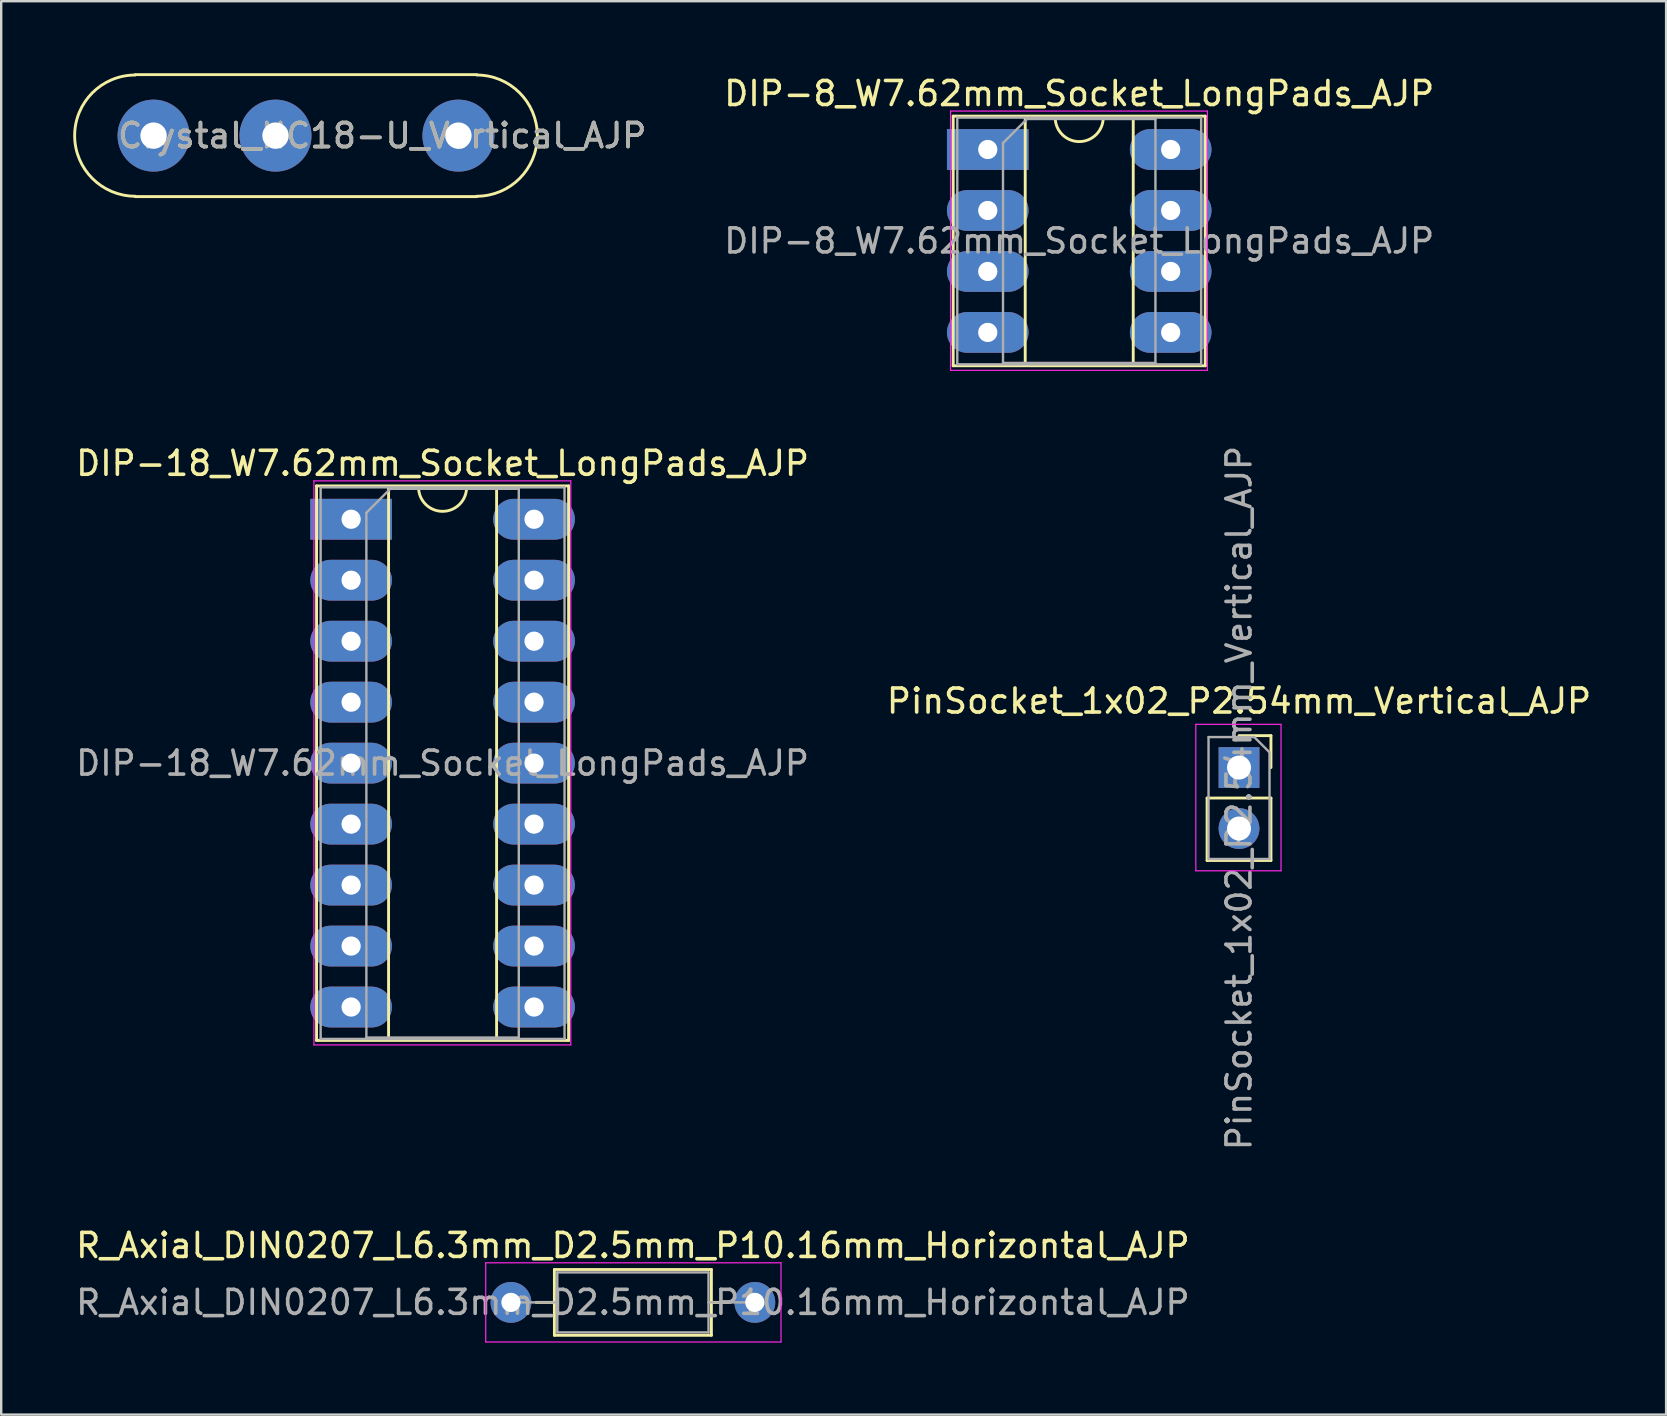
<source format=kicad_pcb>
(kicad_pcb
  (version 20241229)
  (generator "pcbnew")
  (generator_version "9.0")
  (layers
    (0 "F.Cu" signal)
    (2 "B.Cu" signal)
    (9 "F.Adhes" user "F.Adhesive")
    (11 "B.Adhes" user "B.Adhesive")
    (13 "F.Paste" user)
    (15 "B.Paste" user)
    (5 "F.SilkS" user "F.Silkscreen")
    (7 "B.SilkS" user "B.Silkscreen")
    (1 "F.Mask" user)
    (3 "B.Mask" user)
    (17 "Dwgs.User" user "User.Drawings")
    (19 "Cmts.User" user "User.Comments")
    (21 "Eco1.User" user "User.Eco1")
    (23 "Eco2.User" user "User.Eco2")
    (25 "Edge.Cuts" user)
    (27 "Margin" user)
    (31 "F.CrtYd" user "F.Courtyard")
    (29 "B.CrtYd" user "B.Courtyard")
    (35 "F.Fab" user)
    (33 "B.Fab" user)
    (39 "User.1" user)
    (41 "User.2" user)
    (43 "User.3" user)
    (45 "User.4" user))
  (footprint "Crystal_HC18-U_Vertical_AJP"
    (layer "F.Cu")
    (at 3.347 2.6)
    (property "Reference" "Crystal_HC18-U_Vertical_AJP" (at 9.525 0 0) (layer "F.SilkS") (effects (font (size 1 1) (thickness 0.15))))
    (attr through_hole)
    (fp_line (start -0.762 -2.54) (end 13.462 -2.54) (stroke (width 0.12) (type solid)) (layer "F.SilkS"))
    (fp_line (start -0.762 2.54) (end 13.462 2.54) (stroke (width 0.12) (type solid)) (layer "F.SilkS"))
    (fp_arc (start -0.762 2.525) (mid -3.287 0) (end -0.762 -2.525) (stroke (width 0.12) (type solid)) (layer "F.SilkS"))
    (fp_arc (start 13.462 -2.525) (mid 15.987 0) (end 13.462 2.525) (stroke (width 0.12) (type solid)) (layer "F.SilkS"))
    (fp_text user "${REFERENCE}" (at 9.525 0 0) (layer "F.Fab") (effects (font (size 1 1) (thickness 0.15))))
    (pad "1" thru_hole circle (at 0 0) (size 3 3) (drill 1.1) (layers "*.Cu" "*.Mask"))
    (pad "2" thru_hole circle (at 5.08 0) (size 3 3) (drill 1.1) (layers "*.Cu" "*.Mask"))
    (pad "2" thru_hole circle (at 12.7 0) (size 3 3) (drill 1.1) (layers "*.Cu" "*.Mask")))
  (footprint "DIP-8_W7.62mm_Socket_LongPads_AJP"
    (layer "F.Cu")
    (at 38.098 3.178)
    (property "Reference" "DIP-8_W7.62mm_Socket_LongPads_AJP" (at 3.81 -2.33 0) (layer "F.SilkS") (effects (font (size 1 1) (thickness 0.15))))
    (attr through_hole)
    (fp_line (start -1.44 -1.39) (end -1.44 9.01) (stroke (width 0.12) (type solid)) (layer "F.SilkS"))
    (fp_line (start -1.44 9.01) (end 9.06 9.01) (stroke (width 0.12) (type solid)) (layer "F.SilkS"))
    (fp_line (start 1.56 -1.33) (end 1.56 8.95) (stroke (width 0.12) (type solid)) (layer "F.SilkS"))
    (fp_line (start 1.56 8.95) (end 6.06 8.95) (stroke (width 0.12) (type solid)) (layer "F.SilkS"))
    (fp_line (start 2.81 -1.33) (end 1.56 -1.33) (stroke (width 0.12) (type solid)) (layer "F.SilkS"))
    (fp_line (start 6.06 -1.33) (end 4.81 -1.33) (stroke (width 0.12) (type solid)) (layer "F.SilkS"))
    (fp_line (start 6.06 8.95) (end 6.06 -1.33) (stroke (width 0.12) (type solid)) (layer "F.SilkS"))
    (fp_line (start 9.06 -1.39) (end -1.44 -1.39) (stroke (width 0.12) (type solid)) (layer "F.SilkS"))
    (fp_line (start 9.06 9.01) (end 9.06 -1.39) (stroke (width 0.12) (type solid)) (layer "F.SilkS"))
    (fp_arc (start 4.81 -1.33) (mid 3.81 -0.33) (end 2.81 -1.33) (stroke (width 0.12) (type solid)) (layer "F.SilkS"))
    (fp_line (start -1.55 -1.6) (end -1.55 9.2) (stroke (width 0.05) (type solid)) (layer "F.CrtYd"))
    (fp_line (start -1.55 9.2) (end 9.15 9.2) (stroke (width 0.05) (type solid)) (layer "F.CrtYd"))
    (fp_line (start 9.15 -1.6) (end -1.55 -1.6) (stroke (width 0.05) (type solid)) (layer "F.CrtYd"))
    (fp_line (start 9.15 9.2) (end 9.15 -1.6) (stroke (width 0.05) (type solid)) (layer "F.CrtYd"))
    (fp_line (start -1.27 -1.33) (end -1.27 8.95) (stroke (width 0.1) (type solid)) (layer "F.Fab"))
    (fp_line (start -1.27 8.95) (end 8.89 8.95) (stroke (width 0.1) (type solid)) (layer "F.Fab"))
    (fp_line (start 0.635 -0.27) (end 1.635 -1.27) (stroke (width 0.1) (type solid)) (layer "F.Fab"))
    (fp_line (start 0.635 8.89) (end 0.635 -0.27) (stroke (width 0.1) (type solid)) (layer "F.Fab"))
    (fp_line (start 1.635 -1.27) (end 6.985 -1.27) (stroke (width 0.1) (type solid)) (layer "F.Fab"))
    (fp_line (start 6.985 -1.27) (end 6.985 8.89) (stroke (width 0.1) (type solid)) (layer "F.Fab"))
    (fp_line (start 6.985 8.89) (end 0.635 8.89) (stroke (width 0.1) (type solid)) (layer "F.Fab"))
    (fp_line (start 8.89 -1.33) (end -1.27 -1.33) (stroke (width 0.1) (type solid)) (layer "F.Fab"))
    (fp_line (start 8.89 8.95) (end 8.89 -1.33) (stroke (width 0.1) (type solid)) (layer "F.Fab"))
    (fp_text user "${REFERENCE}" (at 3.81 3.81 0) (layer "F.Fab") (effects (font (size 1 1) (thickness 0.15))))
    (pad "1" thru_hole rect (at 0 0) (size 3.4 1.7) (drill 0.8) (layers "*.Cu" "*.Mask"))
    (pad "2" thru_hole oval (at 0 2.54) (size 3.4 1.7) (drill 0.8) (layers "*.Cu" "*.Mask"))
    (pad "3" thru_hole oval (at 0 5.08) (size 3.4 1.7) (drill 0.8) (layers "*.Cu" "*.Mask"))
    (pad "4" thru_hole oval (at 0 7.62) (size 3.4 1.7) (drill 0.8) (layers "*.Cu" "*.Mask"))
    (pad "5" thru_hole oval (at 7.62 7.62) (size 3.4 1.7) (drill 0.8) (layers "*.Cu" "*.Mask"))
    (pad "6" thru_hole oval (at 7.62 5.08) (size 3.4 1.7) (drill 0.8) (layers "*.Cu" "*.Mask"))
    (pad "7" thru_hole oval (at 7.62 2.54) (size 3.4 1.7) (drill 0.8) (layers "*.Cu" "*.Mask"))
    (pad "8" thru_hole oval (at 7.62 0) (size 3.4 1.7) (drill 0.8) (layers "*.Cu" "*.Mask")))
  (footprint "DIP-18_W7.62mm_Socket_LongPads_AJP"
    (layer "F.Cu")
    (at 11.577 18.581)
    (property "Reference" "DIP-18_W7.62mm_Socket_LongPads_AJP" (at 3.81 -2.33 0) (layer "F.SilkS") (effects (font (size 1 1) (thickness 0.15))))
    (attr through_hole)
    (fp_line (start -1.44 -1.39) (end -1.44 21.71) (stroke (width 0.12) (type solid)) (layer "F.SilkS"))
    (fp_line (start -1.44 21.71) (end 9.06 21.71) (stroke (width 0.12) (type solid)) (layer "F.SilkS"))
    (fp_line (start 1.56 -1.33) (end 1.56 21.65) (stroke (width 0.12) (type solid)) (layer "F.SilkS"))
    (fp_line (start 1.56 21.65) (end 6.06 21.65) (stroke (width 0.12) (type solid)) (layer "F.SilkS"))
    (fp_line (start 2.81 -1.33) (end 1.56 -1.33) (stroke (width 0.12) (type solid)) (layer "F.SilkS"))
    (fp_line (start 6.06 -1.33) (end 4.81 -1.33) (stroke (width 0.12) (type solid)) (layer "F.SilkS"))
    (fp_line (start 6.06 21.65) (end 6.06 -1.33) (stroke (width 0.12) (type solid)) (layer "F.SilkS"))
    (fp_line (start 9.06 -1.39) (end -1.44 -1.39) (stroke (width 0.12) (type solid)) (layer "F.SilkS"))
    (fp_line (start 9.06 21.71) (end 9.06 -1.39) (stroke (width 0.12) (type solid)) (layer "F.SilkS"))
    (fp_arc (start 4.81 -1.33) (mid 3.81 -0.33) (end 2.81 -1.33) (stroke (width 0.12) (type solid)) (layer "F.SilkS"))
    (fp_line (start -1.55 -1.6) (end -1.55 21.9) (stroke (width 0.05) (type solid)) (layer "F.CrtYd"))
    (fp_line (start -1.55 21.9) (end 9.15 21.9) (stroke (width 0.05) (type solid)) (layer "F.CrtYd"))
    (fp_line (start 9.15 -1.6) (end -1.55 -1.6) (stroke (width 0.05) (type solid)) (layer "F.CrtYd"))
    (fp_line (start 9.15 21.9) (end 9.15 -1.6) (stroke (width 0.05) (type solid)) (layer "F.CrtYd"))
    (fp_line (start -1.27 -1.33) (end -1.27 21.65) (stroke (width 0.1) (type solid)) (layer "F.Fab"))
    (fp_line (start -1.27 21.65) (end 8.89 21.65) (stroke (width 0.1) (type solid)) (layer "F.Fab"))
    (fp_line (start 0.635 -0.27) (end 1.635 -1.27) (stroke (width 0.1) (type solid)) (layer "F.Fab"))
    (fp_line (start 0.635 21.59) (end 0.635 -0.27) (stroke (width 0.1) (type solid)) (layer "F.Fab"))
    (fp_line (start 1.635 -1.27) (end 6.985 -1.27) (stroke (width 0.1) (type solid)) (layer "F.Fab"))
    (fp_line (start 6.985 -1.27) (end 6.985 21.59) (stroke (width 0.1) (type solid)) (layer "F.Fab"))
    (fp_line (start 6.985 21.59) (end 0.635 21.59) (stroke (width 0.1) (type solid)) (layer "F.Fab"))
    (fp_line (start 8.89 -1.33) (end -1.27 -1.33) (stroke (width 0.1) (type solid)) (layer "F.Fab"))
    (fp_line (start 8.89 21.65) (end 8.89 -1.33) (stroke (width 0.1) (type solid)) (layer "F.Fab"))
    (fp_text user "${REFERENCE}" (at 3.81 10.16 0) (layer "F.Fab") (effects (font (size 1 1) (thickness 0.15))))
    (pad "1" thru_hole rect (at 0 0) (size 3.4 1.7) (drill 0.8) (layers "*.Cu" "*.Mask"))
    (pad "2" thru_hole oval (at 0 2.54) (size 3.4 1.7) (drill 0.8) (layers "*.Cu" "*.Mask"))
    (pad "3" thru_hole oval (at 0 5.08) (size 3.4 1.7) (drill 0.8) (layers "*.Cu" "*.Mask"))
    (pad "4" thru_hole oval (at 0 7.62) (size 3.4 1.7) (drill 0.8) (layers "*.Cu" "*.Mask"))
    (pad "5" thru_hole oval (at 0 10.16) (size 3.4 1.7) (drill 0.8) (layers "*.Cu" "*.Mask"))
    (pad "6" thru_hole oval (at 0 12.7) (size 3.4 1.7) (drill 0.8) (layers "*.Cu" "*.Mask"))
    (pad "7" thru_hole oval (at 0 15.24) (size 3.4 1.7) (drill 0.8) (layers "*.Cu" "*.Mask"))
    (pad "8" thru_hole oval (at 0 17.78) (size 3.4 1.7) (drill 0.8) (layers "*.Cu" "*.Mask"))
    (pad "9" thru_hole oval (at 0 20.32) (size 3.4 1.7) (drill 0.8) (layers "*.Cu" "*.Mask"))
    (pad "10" thru_hole oval (at 7.62 20.32) (size 3.4 1.7) (drill 0.8) (layers "*.Cu" "*.Mask"))
    (pad "11" thru_hole oval (at 7.62 17.78) (size 3.4 1.7) (drill 0.8) (layers "*.Cu" "*.Mask"))
    (pad "12" thru_hole oval (at 7.62 15.24) (size 3.4 1.7) (drill 0.8) (layers "*.Cu" "*.Mask"))
    (pad "13" thru_hole oval (at 7.62 12.7) (size 3.4 1.7) (drill 0.8) (layers "*.Cu" "*.Mask"))
    (pad "14" thru_hole oval (at 7.62 10.16) (size 3.4 1.7) (drill 0.8) (layers "*.Cu" "*.Mask"))
    (pad "15" thru_hole oval (at 7.62 7.62) (size 3.4 1.7) (drill 0.8) (layers "*.Cu" "*.Mask"))
    (pad "16" thru_hole oval (at 7.62 5.08) (size 3.4 1.7) (drill 0.8) (layers "*.Cu" "*.Mask"))
    (pad "17" thru_hole oval (at 7.62 2.54) (size 3.4 1.7) (drill 0.8) (layers "*.Cu" "*.Mask"))
    (pad "18" thru_hole oval (at 7.62 0) (size 3.4 1.7) (drill 0.8) (layers "*.Cu" "*.Mask")))
  (footprint "PinSocket_1x02_P2.54mm_Vertical_AJP"
    (layer "F.Cu")
    (at 48.565 28.925)
    (property "Reference" "PinSocket_1x02_P2.54mm_Vertical_AJP" (at 0 -2.77 0) (layer "F.SilkS") (effects (font (size 1 1) (thickness 0.15))))
    (attr through_hole)
    (fp_line (start -1.33 1.27) (end -1.33 3.87) (stroke (width 0.12) (type solid)) (layer "F.SilkS"))
    (fp_line (start -1.33 1.27) (end 1.33 1.27) (stroke (width 0.12) (type solid)) (layer "F.SilkS"))
    (fp_line (start -1.33 3.87) (end 1.33 3.87) (stroke (width 0.12) (type solid)) (layer "F.SilkS"))
    (fp_line (start 0 -1.33) (end 1.33 -1.33) (stroke (width 0.12) (type solid)) (layer "F.SilkS"))
    (fp_line (start 1.33 -1.33) (end 1.33 0) (stroke (width 0.12) (type solid)) (layer "F.SilkS"))
    (fp_line (start 1.33 1.27) (end 1.33 3.87) (stroke (width 0.12) (type solid)) (layer "F.SilkS"))
    (fp_line (start -1.8 -1.8) (end 1.75 -1.8) (stroke (width 0.05) (type solid)) (layer "F.CrtYd"))
    (fp_line (start -1.8 4.3) (end -1.8 -1.8) (stroke (width 0.05) (type solid)) (layer "F.CrtYd"))
    (fp_line (start 1.75 -1.8) (end 1.75 4.3) (stroke (width 0.05) (type solid)) (layer "F.CrtYd"))
    (fp_line (start 1.75 4.3) (end -1.8 4.3) (stroke (width 0.05) (type solid)) (layer "F.CrtYd"))
    (fp_line (start -1.27 -1.27) (end 0.635 -1.27) (stroke (width 0.1) (type solid)) (layer "F.Fab"))
    (fp_line (start -1.27 3.81) (end -1.27 -1.27) (stroke (width 0.1) (type solid)) (layer "F.Fab"))
    (fp_line (start 0.635 -1.27) (end 1.27 -0.635) (stroke (width 0.1) (type solid)) (layer "F.Fab"))
    (fp_line (start 1.27 -0.635) (end 1.27 3.81) (stroke (width 0.1) (type solid)) (layer "F.Fab"))
    (fp_line (start 1.27 3.81) (end -1.27 3.81) (stroke (width 0.1) (type solid)) (layer "F.Fab"))
    (fp_text user "${REFERENCE}" (at 0 1.27 90) (layer "F.Fab") (effects (font (size 1 1) (thickness 0.15))))
    (pad "1" thru_hole rect (at 0 0) (size 1.7 1.7) (drill 1) (layers "*.Cu" "*.Mask"))
    (pad "2" thru_hole oval (at 0 2.54) (size 1.7 1.7) (drill 1) (layers "*.Cu" "*.Mask")))
  (footprint "R_Axial_DIN0207_L6.3mm_D2.5mm_P10.16mm_Horizontal_AJP"
    (layer "F.Cu")
    (at 18.235 51.205)
    (property "Reference" "R_Axial_DIN0207_L6.3mm_D2.5mm_P10.16mm_Horizontal_AJP" (at 5.08 -2.37 0) (layer "F.SilkS") (effects (font (size 1 1) (thickness 0.15))))
    (attr through_hole)
    (fp_line (start 1.04 0) (end 1.81 0) (stroke (width 0.12) (type solid)) (layer "F.SilkS"))
    (fp_line (start 1.81 -1.37) (end 1.81 1.37) (stroke (width 0.12) (type solid)) (layer "F.SilkS"))
    (fp_line (start 1.81 1.37) (end 8.35 1.37) (stroke (width 0.12) (type solid)) (layer "F.SilkS"))
    (fp_line (start 8.35 -1.37) (end 1.81 -1.37) (stroke (width 0.12) (type solid)) (layer "F.SilkS"))
    (fp_line (start 8.35 1.37) (end 8.35 -1.37) (stroke (width 0.12) (type solid)) (layer "F.SilkS"))
    (fp_line (start 9.12 0) (end 8.35 0) (stroke (width 0.12) (type solid)) (layer "F.SilkS"))
    (fp_line (start -1.05 -1.65) (end -1.05 1.65) (stroke (width 0.05) (type solid)) (layer "F.CrtYd"))
    (fp_line (start -1.05 1.65) (end 11.25 1.65) (stroke (width 0.05) (type solid)) (layer "F.CrtYd"))
    (fp_line (start 11.25 -1.65) (end -1.05 -1.65) (stroke (width 0.05) (type solid)) (layer "F.CrtYd"))
    (fp_line (start 11.25 1.65) (end 11.25 -1.65) (stroke (width 0.05) (type solid)) (layer "F.CrtYd"))
    (fp_line (start 0 0) (end 1.93 0) (stroke (width 0.1) (type solid)) (layer "F.Fab"))
    (fp_line (start 1.93 -1.25) (end 1.93 1.25) (stroke (width 0.1) (type solid)) (layer "F.Fab"))
    (fp_line (start 1.93 1.25) (end 8.23 1.25) (stroke (width 0.1) (type solid)) (layer "F.Fab"))
    (fp_line (start 8.23 -1.25) (end 1.93 -1.25) (stroke (width 0.1) (type solid)) (layer "F.Fab"))
    (fp_line (start 8.23 1.25) (end 8.23 -1.25) (stroke (width 0.1) (type solid)) (layer "F.Fab"))
    (fp_line (start 10.16 0) (end 8.23 0) (stroke (width 0.1) (type solid)) (layer "F.Fab"))
    (fp_text user "${REFERENCE}" (at 5.08 0 0) (layer "F.Fab") (effects (font (size 1 1) (thickness 0.15))))
    (pad "1" thru_hole circle (at 0 0) (size 1.7 1.7) (drill 0.8) (layers "*.Cu" "*.Mask"))
    (pad "2" thru_hole oval (at 10.16 0) (size 1.7 1.7) (drill 0.8) (layers "*.Cu" "*.Mask")))
  (gr_rect
    (start -3 -3)
    (end 66.357 55.88)
    (stroke (width 0.1) (type default))
    (fill no)
    (layer "Edge.Cuts")))
</source>
